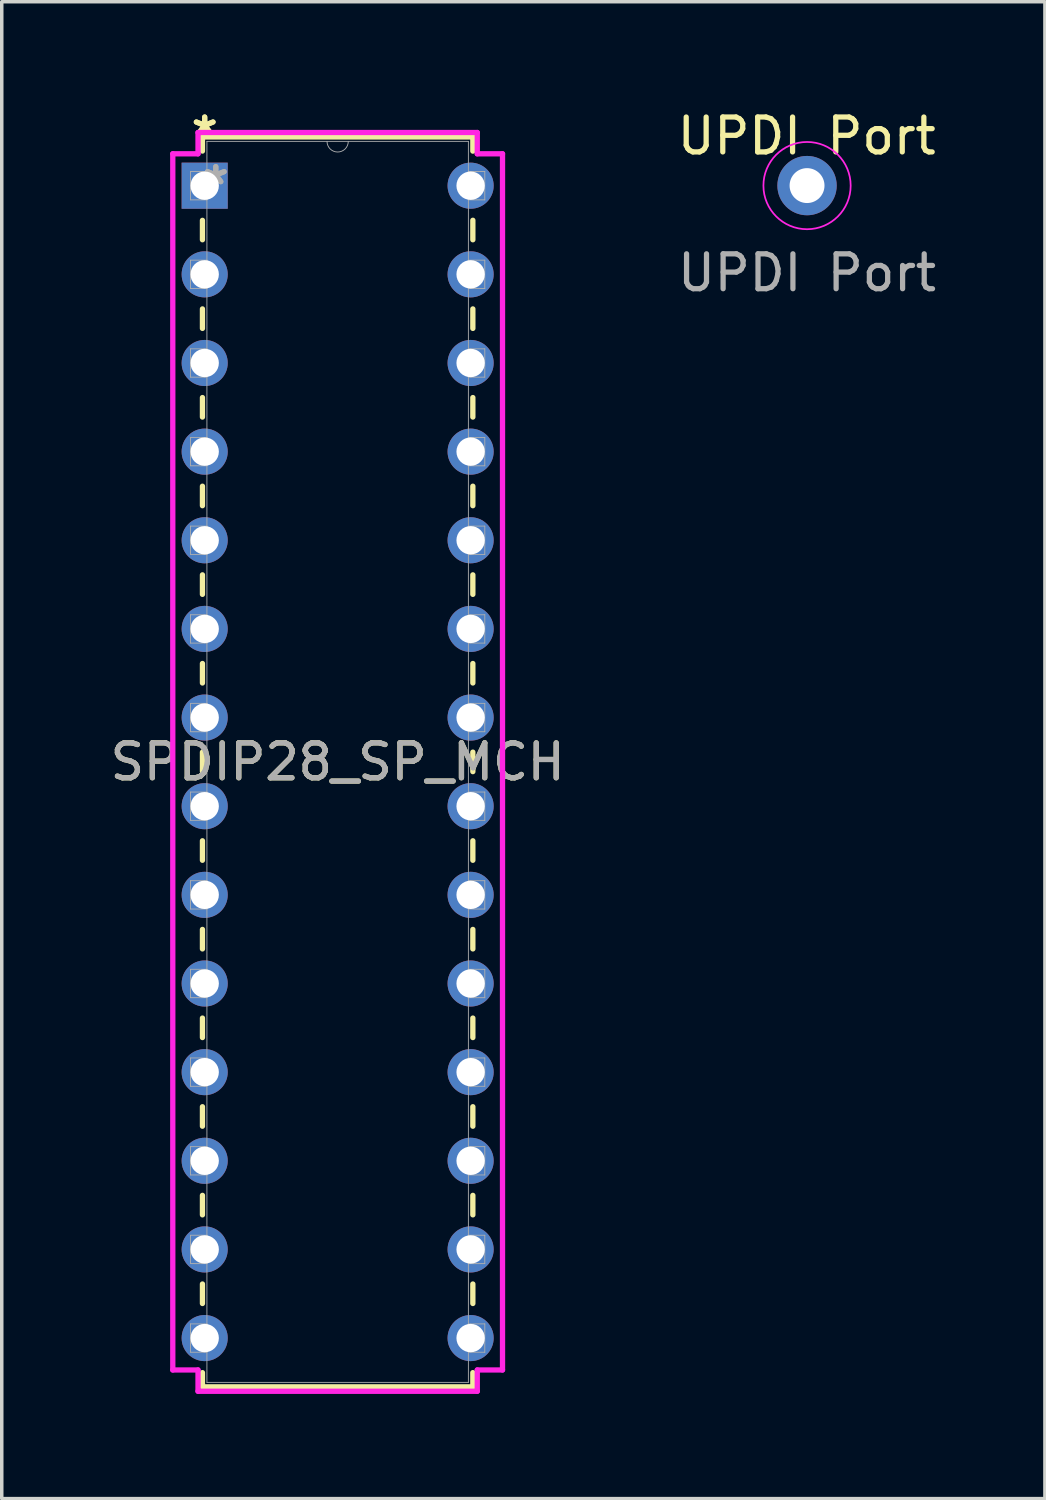
<source format=kicad_pcb>
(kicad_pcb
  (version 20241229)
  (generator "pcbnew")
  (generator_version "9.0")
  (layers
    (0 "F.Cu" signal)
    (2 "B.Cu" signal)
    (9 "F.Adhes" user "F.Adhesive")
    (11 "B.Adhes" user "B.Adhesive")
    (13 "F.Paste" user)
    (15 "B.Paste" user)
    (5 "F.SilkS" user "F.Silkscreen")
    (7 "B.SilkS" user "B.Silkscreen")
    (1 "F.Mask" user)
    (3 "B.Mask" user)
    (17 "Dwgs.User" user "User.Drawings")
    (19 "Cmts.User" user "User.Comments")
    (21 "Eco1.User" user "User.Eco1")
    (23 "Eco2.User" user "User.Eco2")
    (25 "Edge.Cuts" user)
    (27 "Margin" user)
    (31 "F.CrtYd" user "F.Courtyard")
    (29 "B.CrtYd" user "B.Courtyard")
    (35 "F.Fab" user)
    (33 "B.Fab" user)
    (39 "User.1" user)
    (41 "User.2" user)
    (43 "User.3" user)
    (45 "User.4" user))
  (footprint "UPDI Port"
    (layer "F.Cu")
    (at 20.075 2.268)
    (property "Reference" "UPDI Port" (at -0.01 -1.42 0) (unlocked yes) (layer "F.SilkS") (effects (font (size 1 1) (thickness 0.15))))
    (attr through_hole)
    (fp_circle (center 0 0) (end 1.25 0) (stroke (width 0.05) (type solid)) (fill no) (layer "F.CrtYd"))
    (fp_text user "${REFERENCE}" (at 0 2.5 0) (unlocked yes) (layer "F.Fab") (effects (font (size 1 1) (thickness 0.15))))
    (pad "1" thru_hole circle (at 0 0) (size 1.7 1.7) (drill 1) (layers "*.Cu" "*.Mask")))
  (footprint "SPDIP28_SP_MCH"
    (layer "F.Cu")
    (at 2.815 2.271)
    (property "Reference" "SPDIP28_SP_MCH" (at 3.81 16.51 0) (unlocked yes) (layer "F.SilkS") (effects (font (size 1 1) (thickness 0.15))))
    (attr through_hole)
    (fp_line (start -0.064 -1.397) (end -0.064 -0.993) (stroke (width 0.152) (type solid)) (layer "F.SilkS"))
    (fp_line (start -0.064 0.993) (end -0.064 1.549) (stroke (width 0.152) (type solid)) (layer "F.SilkS"))
    (fp_line (start -0.064 3.531) (end -0.064 4.089) (stroke (width 0.152) (type solid)) (layer "F.SilkS"))
    (fp_line (start -0.064 6.071) (end -0.064 6.629) (stroke (width 0.152) (type solid)) (layer "F.SilkS"))
    (fp_line (start -0.064 8.611) (end -0.064 9.169) (stroke (width 0.152) (type solid)) (layer "F.SilkS"))
    (fp_line (start -0.064 11.151) (end -0.064 11.709) (stroke (width 0.152) (type solid)) (layer "F.SilkS"))
    (fp_line (start -0.064 13.691) (end -0.064 14.249) (stroke (width 0.152) (type solid)) (layer "F.SilkS"))
    (fp_line (start -0.064 16.231) (end -0.064 16.789) (stroke (width 0.152) (type solid)) (layer "F.SilkS"))
    (fp_line (start -0.064 18.771) (end -0.064 19.329) (stroke (width 0.152) (type solid)) (layer "F.SilkS"))
    (fp_line (start -0.064 21.311) (end -0.064 21.869) (stroke (width 0.152) (type solid)) (layer "F.SilkS"))
    (fp_line (start -0.064 23.851) (end -0.064 24.409) (stroke (width 0.152) (type solid)) (layer "F.SilkS"))
    (fp_line (start -0.064 26.391) (end -0.064 26.949) (stroke (width 0.152) (type solid)) (layer "F.SilkS"))
    (fp_line (start -0.064 28.931) (end -0.064 29.489) (stroke (width 0.152) (type solid)) (layer "F.SilkS"))
    (fp_line (start -0.064 31.471) (end -0.064 32.029) (stroke (width 0.152) (type solid)) (layer "F.SilkS"))
    (fp_line (start -0.064 34.011) (end -0.064 34.417) (stroke (width 0.152) (type solid)) (layer "F.SilkS"))
    (fp_line (start -0.064 34.417) (end 7.684 34.417) (stroke (width 0.152) (type solid)) (layer "F.SilkS"))
    (fp_line (start 7.684 -1.397) (end -0.064 -1.397) (stroke (width 0.152) (type solid)) (layer "F.SilkS"))
    (fp_line (start 7.684 -0.991) (end 7.684 -1.397) (stroke (width 0.152) (type solid)) (layer "F.SilkS"))
    (fp_line (start 7.684 1.549) (end 7.684 0.991) (stroke (width 0.152) (type solid)) (layer "F.SilkS"))
    (fp_line (start 7.684 4.089) (end 7.684 3.531) (stroke (width 0.152) (type solid)) (layer "F.SilkS"))
    (fp_line (start 7.684 6.629) (end 7.684 6.071) (stroke (width 0.152) (type solid)) (layer "F.SilkS"))
    (fp_line (start 7.684 9.169) (end 7.684 8.611) (stroke (width 0.152) (type solid)) (layer "F.SilkS"))
    (fp_line (start 7.684 11.709) (end 7.684 11.151) (stroke (width 0.152) (type solid)) (layer "F.SilkS"))
    (fp_line (start 7.684 14.249) (end 7.684 13.691) (stroke (width 0.152) (type solid)) (layer "F.SilkS"))
    (fp_line (start 7.684 16.789) (end 7.684 16.231) (stroke (width 0.152) (type solid)) (layer "F.SilkS"))
    (fp_line (start 7.684 19.329) (end 7.684 18.771) (stroke (width 0.152) (type solid)) (layer "F.SilkS"))
    (fp_line (start 7.684 21.869) (end 7.684 21.311) (stroke (width 0.152) (type solid)) (layer "F.SilkS"))
    (fp_line (start 7.684 24.409) (end 7.684 23.851) (stroke (width 0.152) (type solid)) (layer "F.SilkS"))
    (fp_line (start 7.684 26.949) (end 7.684 26.391) (stroke (width 0.152) (type solid)) (layer "F.SilkS"))
    (fp_line (start 7.684 29.489) (end 7.684 28.931) (stroke (width 0.152) (type solid)) (layer "F.SilkS"))
    (fp_line (start 7.684 32.029) (end 7.684 31.471) (stroke (width 0.152) (type solid)) (layer "F.SilkS"))
    (fp_line (start 7.684 34.417) (end 7.684 34.011) (stroke (width 0.152) (type solid)) (layer "F.SilkS"))
    (fp_line (start -0.914 -0.914) (end -0.191 -0.914) (stroke (width 0.152) (type solid)) (layer "F.CrtYd"))
    (fp_line (start -0.914 33.934) (end -0.914 -0.914) (stroke (width 0.152) (type solid)) (layer "F.CrtYd"))
    (fp_line (start -0.191 -1.524) (end 7.811 -1.524) (stroke (width 0.152) (type solid)) (layer "F.CrtYd"))
    (fp_line (start -0.191 -0.914) (end -0.191 -1.524) (stroke (width 0.152) (type solid)) (layer "F.CrtYd"))
    (fp_line (start -0.191 33.934) (end -0.914 33.934) (stroke (width 0.152) (type solid)) (layer "F.CrtYd"))
    (fp_line (start -0.191 34.544) (end -0.191 33.934) (stroke (width 0.152) (type solid)) (layer "F.CrtYd"))
    (fp_line (start 7.811 -1.524) (end 7.811 -0.914) (stroke (width 0.152) (type solid)) (layer "F.CrtYd"))
    (fp_line (start 7.811 33.934) (end 7.811 34.544) (stroke (width 0.152) (type solid)) (layer "F.CrtYd"))
    (fp_line (start 7.811 34.544) (end -0.191 34.544) (stroke (width 0.152) (type solid)) (layer "F.CrtYd"))
    (fp_line (start 8.534 -0.914) (end 7.811 -0.914) (stroke (width 0.152) (type solid)) (layer "F.CrtYd"))
    (fp_line (start 8.534 -0.914) (end 8.534 33.934) (stroke (width 0.152) (type solid)) (layer "F.CrtYd"))
    (fp_line (start 8.534 33.934) (end 7.811 33.934) (stroke (width 0.152) (type solid)) (layer "F.CrtYd"))
    (fp_line (start -0.406 -0.406) (end -0.406 0.406) (stroke (width 0.025) (type solid)) (layer "F.Fab"))
    (fp_line (start -0.406 0.406) (end 0.064 0.406) (stroke (width 0.025) (type solid)) (layer "F.Fab"))
    (fp_line (start -0.406 2.134) (end -0.406 2.946) (stroke (width 0.025) (type solid)) (layer "F.Fab"))
    (fp_line (start -0.406 2.946) (end 0.064 2.946) (stroke (width 0.025) (type solid)) (layer "F.Fab"))
    (fp_line (start -0.406 4.674) (end -0.406 5.486) (stroke (width 0.025) (type solid)) (layer "F.Fab"))
    (fp_line (start -0.406 5.486) (end 0.064 5.486) (stroke (width 0.025) (type solid)) (layer "F.Fab"))
    (fp_line (start -0.406 7.214) (end -0.406 8.026) (stroke (width 0.025) (type solid)) (layer "F.Fab"))
    (fp_line (start -0.406 8.026) (end 0.064 8.026) (stroke (width 0.025) (type solid)) (layer "F.Fab"))
    (fp_line (start -0.406 9.754) (end -0.406 10.566) (stroke (width 0.025) (type solid)) (layer "F.Fab"))
    (fp_line (start -0.406 10.566) (end 0.064 10.566) (stroke (width 0.025) (type solid)) (layer "F.Fab"))
    (fp_line (start -0.406 12.294) (end -0.406 13.106) (stroke (width 0.025) (type solid)) (layer "F.Fab"))
    (fp_line (start -0.406 13.106) (end 0.064 13.106) (stroke (width 0.025) (type solid)) (layer "F.Fab"))
    (fp_line (start -0.406 14.834) (end -0.406 15.646) (stroke (width 0.025) (type solid)) (layer "F.Fab"))
    (fp_line (start -0.406 15.646) (end 0.064 15.646) (stroke (width 0.025) (type solid)) (layer "F.Fab"))
    (fp_line (start -0.406 17.374) (end -0.406 18.186) (stroke (width 0.025) (type solid)) (layer "F.Fab"))
    (fp_line (start -0.406 18.186) (end 0.064 18.186) (stroke (width 0.025) (type solid)) (layer "F.Fab"))
    (fp_line (start -0.406 19.914) (end -0.406 20.726) (stroke (width 0.025) (type solid)) (layer "F.Fab"))
    (fp_line (start -0.406 20.726) (end 0.064 20.726) (stroke (width 0.025) (type solid)) (layer "F.Fab"))
    (fp_line (start -0.406 22.454) (end -0.406 23.266) (stroke (width 0.025) (type solid)) (layer "F.Fab"))
    (fp_line (start -0.406 23.266) (end 0.064 23.266) (stroke (width 0.025) (type solid)) (layer "F.Fab"))
    (fp_line (start -0.406 24.994) (end -0.406 25.806) (stroke (width 0.025) (type solid)) (layer "F.Fab"))
    (fp_line (start -0.406 25.806) (end 0.064 25.806) (stroke (width 0.025) (type solid)) (layer "F.Fab"))
    (fp_line (start -0.406 27.534) (end -0.406 28.346) (stroke (width 0.025) (type solid)) (layer "F.Fab"))
    (fp_line (start -0.406 28.346) (end 0.064 28.346) (stroke (width 0.025) (type solid)) (layer "F.Fab"))
    (fp_line (start -0.406 30.074) (end -0.406 30.886) (stroke (width 0.025) (type solid)) (layer "F.Fab"))
    (fp_line (start -0.406 30.886) (end 0.064 30.886) (stroke (width 0.025) (type solid)) (layer "F.Fab"))
    (fp_line (start -0.406 32.614) (end -0.406 33.426) (stroke (width 0.025) (type solid)) (layer "F.Fab"))
    (fp_line (start -0.406 33.426) (end 0.064 33.426) (stroke (width 0.025) (type solid)) (layer "F.Fab"))
    (fp_line (start 0.064 -1.27) (end 0.064 34.29) (stroke (width 0.025) (type solid)) (layer "F.Fab"))
    (fp_line (start 0.064 -0.406) (end -0.406 -0.406) (stroke (width 0.025) (type solid)) (layer "F.Fab"))
    (fp_line (start 0.064 0.406) (end 0.064 -0.406) (stroke (width 0.025) (type solid)) (layer "F.Fab"))
    (fp_line (start 0.064 2.134) (end -0.406 2.134) (stroke (width 0.025) (type solid)) (layer "F.Fab"))
    (fp_line (start 0.064 2.946) (end 0.064 2.134) (stroke (width 0.025) (type solid)) (layer "F.Fab"))
    (fp_line (start 0.064 4.674) (end -0.406 4.674) (stroke (width 0.025) (type solid)) (layer "F.Fab"))
    (fp_line (start 0.064 5.486) (end 0.064 4.674) (stroke (width 0.025) (type solid)) (layer "F.Fab"))
    (fp_line (start 0.064 7.214) (end -0.406 7.214) (stroke (width 0.025) (type solid)) (layer "F.Fab"))
    (fp_line (start 0.064 8.026) (end 0.064 7.214) (stroke (width 0.025) (type solid)) (layer "F.Fab"))
    (fp_line (start 0.064 9.754) (end -0.406 9.754) (stroke (width 0.025) (type solid)) (layer "F.Fab"))
    (fp_line (start 0.064 10.566) (end 0.064 9.754) (stroke (width 0.025) (type solid)) (layer "F.Fab"))
    (fp_line (start 0.064 12.294) (end -0.406 12.294) (stroke (width 0.025) (type solid)) (layer "F.Fab"))
    (fp_line (start 0.064 13.106) (end 0.064 12.294) (stroke (width 0.025) (type solid)) (layer "F.Fab"))
    (fp_line (start 0.064 14.834) (end -0.406 14.834) (stroke (width 0.025) (type solid)) (layer "F.Fab"))
    (fp_line (start 0.064 15.646) (end 0.064 14.834) (stroke (width 0.025) (type solid)) (layer "F.Fab"))
    (fp_line (start 0.064 17.374) (end -0.406 17.374) (stroke (width 0.025) (type solid)) (layer "F.Fab"))
    (fp_line (start 0.064 18.186) (end 0.064 17.374) (stroke (width 0.025) (type solid)) (layer "F.Fab"))
    (fp_line (start 0.064 19.914) (end -0.406 19.914) (stroke (width 0.025) (type solid)) (layer "F.Fab"))
    (fp_line (start 0.064 20.726) (end 0.064 19.914) (stroke (width 0.025) (type solid)) (layer "F.Fab"))
    (fp_line (start 0.064 22.454) (end -0.406 22.454) (stroke (width 0.025) (type solid)) (layer "F.Fab"))
    (fp_line (start 0.064 23.266) (end 0.064 22.454) (stroke (width 0.025) (type solid)) (layer "F.Fab"))
    (fp_line (start 0.064 24.994) (end -0.406 24.994) (stroke (width 0.025) (type solid)) (layer "F.Fab"))
    (fp_line (start 0.064 25.806) (end 0.064 24.994) (stroke (width 0.025) (type solid)) (layer "F.Fab"))
    (fp_line (start 0.064 27.534) (end -0.406 27.534) (stroke (width 0.025) (type solid)) (layer "F.Fab"))
    (fp_line (start 0.064 28.346) (end 0.064 27.534) (stroke (width 0.025) (type solid)) (layer "F.Fab"))
    (fp_line (start 0.064 30.074) (end -0.406 30.074) (stroke (width 0.025) (type solid)) (layer "F.Fab"))
    (fp_line (start 0.064 30.886) (end 0.064 30.074) (stroke (width 0.025) (type solid)) (layer "F.Fab"))
    (fp_line (start 0.064 32.614) (end -0.406 32.614) (stroke (width 0.025) (type solid)) (layer "F.Fab"))
    (fp_line (start 0.064 33.426) (end 0.064 32.614) (stroke (width 0.025) (type solid)) (layer "F.Fab"))
    (fp_line (start 0.064 34.29) (end 7.556 34.29) (stroke (width 0.025) (type solid)) (layer "F.Fab"))
    (fp_line (start 7.556 -1.27) (end 0.064 -1.27) (stroke (width 0.025) (type solid)) (layer "F.Fab"))
    (fp_line (start 7.556 -0.406) (end 7.556 0.406) (stroke (width 0.025) (type solid)) (layer "F.Fab"))
    (fp_line (start 7.556 0.406) (end 8.026 0.406) (stroke (width 0.025) (type solid)) (layer "F.Fab"))
    (fp_line (start 7.556 2.134) (end 7.556 2.946) (stroke (width 0.025) (type solid)) (layer "F.Fab"))
    (fp_line (start 7.556 2.946) (end 8.026 2.946) (stroke (width 0.025) (type solid)) (layer "F.Fab"))
    (fp_line (start 7.556 4.674) (end 7.556 5.486) (stroke (width 0.025) (type solid)) (layer "F.Fab"))
    (fp_line (start 7.556 5.486) (end 8.026 5.486) (stroke (width 0.025) (type solid)) (layer "F.Fab"))
    (fp_line (start 7.556 7.214) (end 7.556 8.026) (stroke (width 0.025) (type solid)) (layer "F.Fab"))
    (fp_line (start 7.556 8.026) (end 8.026 8.026) (stroke (width 0.025) (type solid)) (layer "F.Fab"))
    (fp_line (start 7.556 9.754) (end 7.556 10.566) (stroke (width 0.025) (type solid)) (layer "F.Fab"))
    (fp_line (start 7.556 10.566) (end 8.026 10.566) (stroke (width 0.025) (type solid)) (layer "F.Fab"))
    (fp_line (start 7.556 12.294) (end 7.556 13.106) (stroke (width 0.025) (type solid)) (layer "F.Fab"))
    (fp_line (start 7.556 13.106) (end 8.026 13.106) (stroke (width 0.025) (type solid)) (layer "F.Fab"))
    (fp_line (start 7.556 14.834) (end 7.556 15.646) (stroke (width 0.025) (type solid)) (layer "F.Fab"))
    (fp_line (start 7.556 15.646) (end 8.026 15.646) (stroke (width 0.025) (type solid)) (layer "F.Fab"))
    (fp_line (start 7.556 17.374) (end 7.556 18.186) (stroke (width 0.025) (type solid)) (layer "F.Fab"))
    (fp_line (start 7.556 18.186) (end 8.026 18.186) (stroke (width 0.025) (type solid)) (layer "F.Fab"))
    (fp_line (start 7.556 19.914) (end 7.556 20.726) (stroke (width 0.025) (type solid)) (layer "F.Fab"))
    (fp_line (start 7.556 20.726) (end 8.026 20.726) (stroke (width 0.025) (type solid)) (layer "F.Fab"))
    (fp_line (start 7.556 22.454) (end 7.556 23.266) (stroke (width 0.025) (type solid)) (layer "F.Fab"))
    (fp_line (start 7.556 23.266) (end 8.026 23.266) (stroke (width 0.025) (type solid)) (layer "F.Fab"))
    (fp_line (start 7.556 24.994) (end 7.556 25.806) (stroke (width 0.025) (type solid)) (layer "F.Fab"))
    (fp_line (start 7.556 25.806) (end 8.026 25.806) (stroke (width 0.025) (type solid)) (layer "F.Fab"))
    (fp_line (start 7.556 27.534) (end 7.556 28.346) (stroke (width 0.025) (type solid)) (layer "F.Fab"))
    (fp_line (start 7.556 28.346) (end 8.026 28.346) (stroke (width 0.025) (type solid)) (layer "F.Fab"))
    (fp_line (start 7.556 30.074) (end 7.556 30.886) (stroke (width 0.025) (type solid)) (layer "F.Fab"))
    (fp_line (start 7.556 30.886) (end 8.026 30.886) (stroke (width 0.025) (type solid)) (layer "F.Fab"))
    (fp_line (start 7.556 32.614) (end 7.556 33.426) (stroke (width 0.025) (type solid)) (layer "F.Fab"))
    (fp_line (start 7.556 33.426) (end 8.026 33.426) (stroke (width 0.025) (type solid)) (layer "F.Fab"))
    (fp_line (start 7.556 34.29) (end 7.556 -1.27) (stroke (width 0.025) (type solid)) (layer "F.Fab"))
    (fp_line (start 8.026 -0.406) (end 7.556 -0.406) (stroke (width 0.025) (type solid)) (layer "F.Fab"))
    (fp_line (start 8.026 0.406) (end 8.026 -0.406) (stroke (width 0.025) (type solid)) (layer "F.Fab"))
    (fp_line (start 8.026 2.134) (end 7.556 2.134) (stroke (width 0.025) (type solid)) (layer "F.Fab"))
    (fp_line (start 8.026 2.946) (end 8.026 2.134) (stroke (width 0.025) (type solid)) (layer "F.Fab"))
    (fp_line (start 8.026 4.674) (end 7.556 4.674) (stroke (width 0.025) (type solid)) (layer "F.Fab"))
    (fp_line (start 8.026 5.486) (end 8.026 4.674) (stroke (width 0.025) (type solid)) (layer "F.Fab"))
    (fp_line (start 8.026 7.214) (end 7.556 7.214) (stroke (width 0.025) (type solid)) (layer "F.Fab"))
    (fp_line (start 8.026 8.026) (end 8.026 7.214) (stroke (width 0.025) (type solid)) (layer "F.Fab"))
    (fp_line (start 8.026 9.754) (end 7.556 9.754) (stroke (width 0.025) (type solid)) (layer "F.Fab"))
    (fp_line (start 8.026 10.566) (end 8.026 9.754) (stroke (width 0.025) (type solid)) (layer "F.Fab"))
    (fp_line (start 8.026 12.294) (end 7.556 12.294) (stroke (width 0.025) (type solid)) (layer "F.Fab"))
    (fp_line (start 8.026 13.106) (end 8.026 12.294) (stroke (width 0.025) (type solid)) (layer "F.Fab"))
    (fp_line (start 8.026 14.834) (end 7.556 14.834) (stroke (width 0.025) (type solid)) (layer "F.Fab"))
    (fp_line (start 8.026 15.646) (end 8.026 14.834) (stroke (width 0.025) (type solid)) (layer "F.Fab"))
    (fp_line (start 8.026 17.374) (end 7.556 17.374) (stroke (width 0.025) (type solid)) (layer "F.Fab"))
    (fp_line (start 8.026 18.186) (end 8.026 17.374) (stroke (width 0.025) (type solid)) (layer "F.Fab"))
    (fp_line (start 8.026 19.914) (end 7.556 19.914) (stroke (width 0.025) (type solid)) (layer "F.Fab"))
    (fp_line (start 8.026 20.726) (end 8.026 19.914) (stroke (width 0.025) (type solid)) (layer "F.Fab"))
    (fp_line (start 8.026 22.454) (end 7.556 22.454) (stroke (width 0.025) (type solid)) (layer "F.Fab"))
    (fp_line (start 8.026 23.266) (end 8.026 22.454) (stroke (width 0.025) (type solid)) (layer "F.Fab"))
    (fp_line (start 8.026 24.994) (end 7.556 24.994) (stroke (width 0.025) (type solid)) (layer "F.Fab"))
    (fp_line (start 8.026 25.806) (end 8.026 24.994) (stroke (width 0.025) (type solid)) (layer "F.Fab"))
    (fp_line (start 8.026 27.534) (end 7.556 27.534) (stroke (width 0.025) (type solid)) (layer "F.Fab"))
    (fp_line (start 8.026 28.346) (end 8.026 27.534) (stroke (width 0.025) (type solid)) (layer "F.Fab"))
    (fp_line (start 8.026 30.074) (end 7.556 30.074) (stroke (width 0.025) (type solid)) (layer "F.Fab"))
    (fp_line (start 8.026 30.886) (end 8.026 30.074) (stroke (width 0.025) (type solid)) (layer "F.Fab"))
    (fp_line (start 8.026 32.614) (end 7.556 32.614) (stroke (width 0.025) (type solid)) (layer "F.Fab"))
    (fp_line (start 8.026 33.426) (end 8.026 32.614) (stroke (width 0.025) (type solid)) (layer "F.Fab"))
    (fp_arc (start 4.1148 -1.27) (mid 3.81 -0.9652) (end 3.5052 -1.27) (stroke (width 0.0254) (type solid)) (layer "F.Fab"))
    (fp_text user "*" (at 0 -1.422 0) (unlocked yes) (layer "F.SilkS") (effects (font (size 1 1) (thickness 0.15))))
    (fp_text user "*" (at 0 -1.422 0) (layer "F.SilkS") (effects (font (size 1 1) (thickness 0.15))))
    (fp_text user "*" (at 0.318 0 0) (unlocked yes) (layer "F.Fab") (effects (font (size 1 1) (thickness 0.15))))
    (fp_text user "${REFERENCE}" (at 3.81 16.51 0) (unlocked yes) (layer "F.Fab") (effects (font (size 1 1) (thickness 0.15))))
    (fp_text user "*" (at 0.318 0 0) (layer "F.Fab") (effects (font (size 1 1) (thickness 0.15))))
    (pad "1" thru_hole rect (at 0 0) (size 1.321 1.321) (drill 0.813) (layers "*.Cu" "*.Mask"))
    (pad "2" thru_hole circle (at 0 2.54) (size 1.321 1.321) (drill 0.813) (layers "*.Cu" "*.Mask"))
    (pad "3" thru_hole circle (at 0 5.08) (size 1.321 1.321) (drill 0.813) (layers "*.Cu" "*.Mask"))
    (pad "4" thru_hole circle (at 0 7.62) (size 1.321 1.321) (drill 0.813) (layers "*.Cu" "*.Mask"))
    (pad "5" thru_hole circle (at 0 10.16) (size 1.321 1.321) (drill 0.813) (layers "*.Cu" "*.Mask"))
    (pad "6" thru_hole circle (at 0 12.7) (size 1.321 1.321) (drill 0.813) (layers "*.Cu" "*.Mask"))
    (pad "7" thru_hole circle (at 0 15.24) (size 1.321 1.321) (drill 0.813) (layers "*.Cu" "*.Mask"))
    (pad "8" thru_hole circle (at 0 17.78) (size 1.321 1.321) (drill 0.813) (layers "*.Cu" "*.Mask"))
    (pad "9" thru_hole circle (at 0 20.32) (size 1.321 1.321) (drill 0.813) (layers "*.Cu" "*.Mask"))
    (pad "10" thru_hole circle (at 0 22.86) (size 1.321 1.321) (drill 0.813) (layers "*.Cu" "*.Mask"))
    (pad "11" thru_hole circle (at 0 25.4) (size 1.321 1.321) (drill 0.813) (layers "*.Cu" "*.Mask"))
    (pad "12" thru_hole circle (at 0 27.94) (size 1.321 1.321) (drill 0.813) (layers "*.Cu" "*.Mask"))
    (pad "13" thru_hole circle (at 0 30.48) (size 1.321 1.321) (drill 0.813) (layers "*.Cu" "*.Mask"))
    (pad "14" thru_hole circle (at 0 33.02) (size 1.321 1.321) (drill 0.813) (layers "*.Cu" "*.Mask"))
    (pad "15" thru_hole circle (at 7.62 33.02) (size 1.321 1.321) (drill 0.813) (layers "*.Cu" "*.Mask"))
    (pad "16" thru_hole circle (at 7.62 30.48) (size 1.321 1.321) (drill 0.813) (layers "*.Cu" "*.Mask"))
    (pad "17" thru_hole circle (at 7.62 27.94) (size 1.321 1.321) (drill 0.813) (layers "*.Cu" "*.Mask"))
    (pad "18" thru_hole circle (at 7.62 25.4) (size 1.321 1.321) (drill 0.813) (layers "*.Cu" "*.Mask"))
    (pad "19" thru_hole circle (at 7.62 22.86) (size 1.321 1.321) (drill 0.813) (layers "*.Cu" "*.Mask"))
    (pad "20" thru_hole circle (at 7.62 20.32) (size 1.321 1.321) (drill 0.813) (layers "*.Cu" "*.Mask"))
    (pad "21" thru_hole circle (at 7.62 17.78) (size 1.321 1.321) (drill 0.813) (layers "*.Cu" "*.Mask"))
    (pad "22" thru_hole circle (at 7.62 15.24) (size 1.321 1.321) (drill 0.813) (layers "*.Cu" "*.Mask"))
    (pad "23" thru_hole circle (at 7.62 12.7) (size 1.321 1.321) (drill 0.813) (layers "*.Cu" "*.Mask"))
    (pad "24" thru_hole circle (at 7.62 10.16) (size 1.321 1.321) (drill 0.813) (layers "*.Cu" "*.Mask"))
    (pad "25" thru_hole circle (at 7.62 7.62) (size 1.321 1.321) (drill 0.813) (layers "*.Cu" "*.Mask"))
    (pad "26" thru_hole circle (at 7.62 5.08) (size 1.321 1.321) (drill 0.813) (layers "*.Cu" "*.Mask"))
    (pad "27" thru_hole circle (at 7.62 2.54) (size 1.321 1.321) (drill 0.813) (layers "*.Cu" "*.Mask"))
    (pad "28" thru_hole circle (at 7.62 0) (size 1.321 1.321) (drill 0.813) (layers "*.Cu" "*.Mask")))
  (gr_rect
    (start -3 -3)
    (end 26.891 39.891)
    (stroke (width 0.1) (type default))
    (fill no)
    (layer "Edge.Cuts")))
</source>
